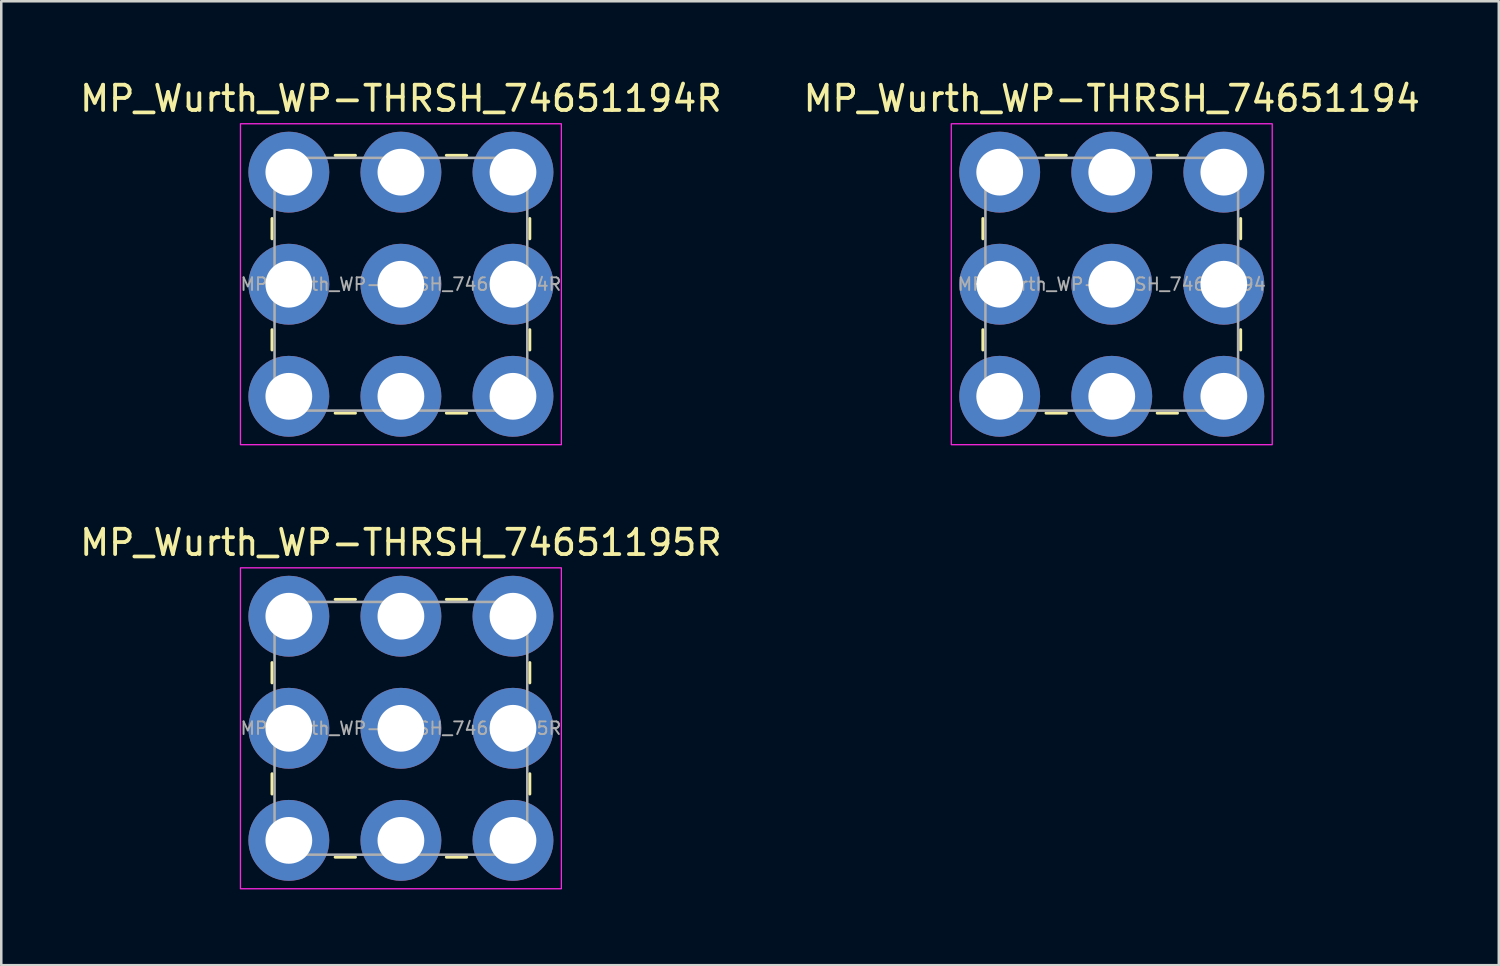
<source format=kicad_pcb>
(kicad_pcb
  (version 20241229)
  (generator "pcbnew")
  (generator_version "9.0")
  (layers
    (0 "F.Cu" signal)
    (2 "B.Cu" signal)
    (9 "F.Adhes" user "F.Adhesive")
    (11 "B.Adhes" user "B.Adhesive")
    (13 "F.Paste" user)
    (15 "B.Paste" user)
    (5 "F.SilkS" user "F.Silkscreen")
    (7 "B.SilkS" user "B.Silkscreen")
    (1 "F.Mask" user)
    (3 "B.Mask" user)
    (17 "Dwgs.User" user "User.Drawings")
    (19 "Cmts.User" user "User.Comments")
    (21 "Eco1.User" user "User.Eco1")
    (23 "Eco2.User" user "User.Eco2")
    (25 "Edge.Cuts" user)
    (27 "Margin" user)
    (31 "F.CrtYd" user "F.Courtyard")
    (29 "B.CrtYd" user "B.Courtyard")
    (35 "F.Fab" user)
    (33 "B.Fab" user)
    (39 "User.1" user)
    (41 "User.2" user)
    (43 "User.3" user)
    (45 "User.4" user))
  (footprint "MP_Wurth_WP-THRSH_74651194"
    (layer "F.Cu")
    (at 40.946 8.198)
    (property "Reference" "MP_Wurth_WP-THRSH_74651194" (at 0 -7.35 0) (unlocked yes) (layer "F.SilkS") (effects (font (size 1 1) (thickness 0.15))))
    (attr through_hole)
    (fp_line (start -5.1 -1.8) (end -5.1 -2.6) (stroke (width 0.12) (type solid)) (layer "F.SilkS"))
    (fp_line (start -5.1 2.6) (end -5.1 1.8) (stroke (width 0.12) (type solid)) (layer "F.SilkS"))
    (fp_line (start -2.6 -5.1) (end -1.8 -5.1) (stroke (width 0.12) (type solid)) (layer "F.SilkS"))
    (fp_line (start -1.8 5.1) (end -2.6 5.1) (stroke (width 0.12) (type solid)) (layer "F.SilkS"))
    (fp_line (start 1.8 -5.1) (end 2.6 -5.1) (stroke (width 0.12) (type solid)) (layer "F.SilkS"))
    (fp_line (start 2.6 5.1) (end 1.8 5.1) (stroke (width 0.12) (type solid)) (layer "F.SilkS"))
    (fp_line (start 5.1 -2.6) (end 5.1 -1.8) (stroke (width 0.12) (type solid)) (layer "F.SilkS"))
    (fp_line (start 5.1 1.8) (end 5.1 2.6) (stroke (width 0.12) (type solid)) (layer "F.SilkS"))
    (fp_circle (center -4.435 -4.435) (end -3.685 -4.435) (stroke (width 1.6) (type solid)) (fill no) (layer "F.Paste"))
    (fp_circle (center -4.435 0) (end -3.685 0) (stroke (width 1.6) (type solid)) (fill no) (layer "F.Paste"))
    (fp_circle (center -4.435 4.435) (end -3.685 4.435) (stroke (width 1.6) (type solid)) (fill no) (layer "F.Paste"))
    (fp_circle (center 0 -4.435) (end 0.75 -4.435) (stroke (width 1.6) (type solid)) (fill no) (layer "F.Paste"))
    (fp_circle (center 0 0) (end 0.75 0) (stroke (width 1.6) (type solid)) (fill no) (layer "F.Paste"))
    (fp_circle (center 0 4.435) (end 0.75 4.435) (stroke (width 1.6) (type solid)) (fill no) (layer "F.Paste"))
    (fp_circle (center 4.435 -4.435) (end 5.185 -4.435) (stroke (width 1.6) (type solid)) (fill no) (layer "F.Paste"))
    (fp_circle (center 4.435 0) (end 5.185 0) (stroke (width 1.6) (type solid)) (fill no) (layer "F.Paste"))
    (fp_circle (center 4.435 4.435) (end 5.185 4.435) (stroke (width 1.6) (type solid)) (fill no) (layer "F.Paste"))
    (fp_rect (start -6.35 -6.35) (end 6.35 6.35) (stroke (width 0.05) (type solid)) (fill no) (layer "F.CrtYd"))
    (fp_rect (start -5 -5) (end 5 5) (stroke (width 0.1) (type solid)) (fill no) (layer "F.Fab"))
    (fp_text user "${REFERENCE}" (at 0 0 0) (unlocked yes) (layer "F.Fab") (effects (font (size 0.5 0.5) (thickness 0.075))))
    (pad "1" thru_hole circle (at -4.435 -4.435) (size 3.2 3.2) (drill 1.85) (layers "*.Cu" "*.Mask"))
    (pad "1" thru_hole circle (at -4.435 0) (size 3.2 3.2) (drill 1.85) (layers "*.Cu" "*.Mask"))
    (pad "1" thru_hole circle (at -4.435 4.435) (size 3.2 3.2) (drill 1.85) (layers "*.Cu" "*.Mask"))
    (pad "1" thru_hole circle (at 0 -4.435) (size 3.2 3.2) (drill 1.85) (layers "*.Cu" "*.Mask"))
    (pad "1" thru_hole circle (at 0 0) (size 3.2 3.2) (drill 1.85) (layers "*.Cu" "*.Mask"))
    (pad "1" thru_hole circle (at 0 4.435) (size 3.2 3.2) (drill 1.85) (layers "*.Cu" "*.Mask"))
    (pad "1" thru_hole circle (at 4.435 -4.435) (size 3.2 3.2) (drill 1.85) (layers "*.Cu" "*.Mask"))
    (pad "1" thru_hole circle (at 4.435 0) (size 3.2 3.2) (drill 1.85) (layers "*.Cu" "*.Mask"))
    (pad "1" thru_hole circle (at 4.435 4.435) (size 3.2 3.2) (drill 1.85) (layers "*.Cu" "*.Mask")))
  (footprint "MP_Wurth_WP-THRSH_74651194R"
    (layer "F.Cu")
    (at 12.815 8.198)
    (property "Reference" "MP_Wurth_WP-THRSH_74651194R" (at 0 -7.35 0) (unlocked yes) (layer "F.SilkS") (effects (font (size 1 1) (thickness 0.15))))
    (attr through_hole)
    (fp_line (start -5.1 -1.8) (end -5.1 -2.6) (stroke (width 0.12) (type solid)) (layer "F.SilkS"))
    (fp_line (start -5.1 2.6) (end -5.1 1.8) (stroke (width 0.12) (type solid)) (layer "F.SilkS"))
    (fp_line (start -2.6 -5.1) (end -1.8 -5.1) (stroke (width 0.12) (type solid)) (layer "F.SilkS"))
    (fp_line (start -1.8 5.1) (end -2.6 5.1) (stroke (width 0.12) (type solid)) (layer "F.SilkS"))
    (fp_line (start 1.8 -5.1) (end 2.6 -5.1) (stroke (width 0.12) (type solid)) (layer "F.SilkS"))
    (fp_line (start 2.6 5.1) (end 1.8 5.1) (stroke (width 0.12) (type solid)) (layer "F.SilkS"))
    (fp_line (start 5.1 -2.6) (end 5.1 -1.8) (stroke (width 0.12) (type solid)) (layer "F.SilkS"))
    (fp_line (start 5.1 1.8) (end 5.1 2.6) (stroke (width 0.12) (type solid)) (layer "F.SilkS"))
    (fp_circle (center -4.435 -4.435) (end -3.685 -4.435) (stroke (width 1.6) (type solid)) (fill no) (layer "F.Paste"))
    (fp_circle (center -4.435 0) (end -3.685 0) (stroke (width 1.6) (type solid)) (fill no) (layer "F.Paste"))
    (fp_circle (center -4.435 4.435) (end -3.685 4.435) (stroke (width 1.6) (type solid)) (fill no) (layer "F.Paste"))
    (fp_circle (center 0 -4.435) (end 0.75 -4.435) (stroke (width 1.6) (type solid)) (fill no) (layer "F.Paste"))
    (fp_circle (center 0 0) (end 0.75 0) (stroke (width 1.6) (type solid)) (fill no) (layer "F.Paste"))
    (fp_circle (center 0 4.435) (end 0.75 4.435) (stroke (width 1.6) (type solid)) (fill no) (layer "F.Paste"))
    (fp_circle (center 4.435 -4.435) (end 5.185 -4.435) (stroke (width 1.6) (type solid)) (fill no) (layer "F.Paste"))
    (fp_circle (center 4.435 0) (end 5.185 0) (stroke (width 1.6) (type solid)) (fill no) (layer "F.Paste"))
    (fp_circle (center 4.435 4.435) (end 5.185 4.435) (stroke (width 1.6) (type solid)) (fill no) (layer "F.Paste"))
    (fp_rect (start -6.35 -6.35) (end 6.35 6.35) (stroke (width 0.05) (type solid)) (fill no) (layer "F.CrtYd"))
    (fp_rect (start -5 -5) (end 5 5) (stroke (width 0.1) (type solid)) (fill no) (layer "F.Fab"))
    (fp_text user "${REFERENCE}" (at 0 0 0) (unlocked yes) (layer "F.Fab") (effects (font (size 0.5 0.5) (thickness 0.075))))
    (pad "1" thru_hole circle (at -4.435 -4.435) (size 3.2 3.2) (drill 1.85) (layers "*.Cu" "*.Mask"))
    (pad "1" thru_hole circle (at -4.435 0) (size 3.2 3.2) (drill 1.85) (layers "*.Cu" "*.Mask"))
    (pad "1" thru_hole circle (at -4.435 4.435) (size 3.2 3.2) (drill 1.85) (layers "*.Cu" "*.Mask"))
    (pad "1" thru_hole circle (at 0 -4.435) (size 3.2 3.2) (drill 1.85) (layers "*.Cu" "*.Mask"))
    (pad "1" thru_hole circle (at 0 0) (size 3.2 3.2) (drill 1.85) (layers "*.Cu" "*.Mask"))
    (pad "1" thru_hole circle (at 0 4.435) (size 3.2 3.2) (drill 1.85) (layers "*.Cu" "*.Mask"))
    (pad "1" thru_hole circle (at 4.435 -4.435) (size 3.2 3.2) (drill 1.85) (layers "*.Cu" "*.Mask"))
    (pad "1" thru_hole circle (at 4.435 0) (size 3.2 3.2) (drill 1.85) (layers "*.Cu" "*.Mask"))
    (pad "1" thru_hole circle (at 4.435 4.435) (size 3.2 3.2) (drill 1.85) (layers "*.Cu" "*.Mask")))
  (footprint "MP_Wurth_WP-THRSH_74651195R"
    (layer "F.Cu")
    (at 12.815 25.771)
    (property "Reference" "MP_Wurth_WP-THRSH_74651195R" (at 0 -7.35 0) (unlocked yes) (layer "F.SilkS") (effects (font (size 1 1) (thickness 0.15))))
    (attr through_hole)
    (fp_line (start -5.1 -1.8) (end -5.1 -2.6) (stroke (width 0.12) (type solid)) (layer "F.SilkS"))
    (fp_line (start -5.1 2.6) (end -5.1 1.8) (stroke (width 0.12) (type solid)) (layer "F.SilkS"))
    (fp_line (start -2.6 -5.1) (end -1.8 -5.1) (stroke (width 0.12) (type solid)) (layer "F.SilkS"))
    (fp_line (start -1.8 5.1) (end -2.6 5.1) (stroke (width 0.12) (type solid)) (layer "F.SilkS"))
    (fp_line (start 1.8 -5.1) (end 2.6 -5.1) (stroke (width 0.12) (type solid)) (layer "F.SilkS"))
    (fp_line (start 2.6 5.1) (end 1.8 5.1) (stroke (width 0.12) (type solid)) (layer "F.SilkS"))
    (fp_line (start 5.1 -2.6) (end 5.1 -1.8) (stroke (width 0.12) (type solid)) (layer "F.SilkS"))
    (fp_line (start 5.1 1.8) (end 5.1 2.6) (stroke (width 0.12) (type solid)) (layer "F.SilkS"))
    (fp_circle (center -4.435 -4.435) (end -3.685 -4.435) (stroke (width 1.6) (type solid)) (fill no) (layer "F.Paste"))
    (fp_circle (center -4.435 0) (end -3.685 0) (stroke (width 1.6) (type solid)) (fill no) (layer "F.Paste"))
    (fp_circle (center -4.435 4.435) (end -3.685 4.435) (stroke (width 1.6) (type solid)) (fill no) (layer "F.Paste"))
    (fp_circle (center 0 -4.435) (end 0.75 -4.435) (stroke (width 1.6) (type solid)) (fill no) (layer "F.Paste"))
    (fp_circle (center 0 0) (end 0.75 0) (stroke (width 1.6) (type solid)) (fill no) (layer "F.Paste"))
    (fp_circle (center 0 4.435) (end 0.75 4.435) (stroke (width 1.6) (type solid)) (fill no) (layer "F.Paste"))
    (fp_circle (center 4.435 -4.435) (end 5.185 -4.435) (stroke (width 1.6) (type solid)) (fill no) (layer "F.Paste"))
    (fp_circle (center 4.435 0) (end 5.185 0) (stroke (width 1.6) (type solid)) (fill no) (layer "F.Paste"))
    (fp_circle (center 4.435 4.435) (end 5.185 4.435) (stroke (width 1.6) (type solid)) (fill no) (layer "F.Paste"))
    (fp_rect (start -6.35 -6.35) (end 6.35 6.35) (stroke (width 0.05) (type solid)) (fill no) (layer "F.CrtYd"))
    (fp_rect (start -5 -5) (end 5 5) (stroke (width 0.1) (type solid)) (fill no) (layer "F.Fab"))
    (fp_text user "${REFERENCE}" (at 0 0 0) (unlocked yes) (layer "F.Fab") (effects (font (size 0.5 0.5) (thickness 0.075))))
    (pad "1" thru_hole circle (at -4.435 -4.435) (size 3.2 3.2) (drill 1.85) (layers "*.Cu" "*.Mask"))
    (pad "1" thru_hole circle (at -4.435 0) (size 3.2 3.2) (drill 1.85) (layers "*.Cu" "*.Mask"))
    (pad "1" thru_hole circle (at -4.435 4.435) (size 3.2 3.2) (drill 1.85) (layers "*.Cu" "*.Mask"))
    (pad "1" thru_hole circle (at 0 -4.435) (size 3.2 3.2) (drill 1.85) (layers "*.Cu" "*.Mask"))
    (pad "1" thru_hole circle (at 0 0) (size 3.2 3.2) (drill 1.85) (layers "*.Cu" "*.Mask"))
    (pad "1" thru_hole circle (at 0 4.435) (size 3.2 3.2) (drill 1.85) (layers "*.Cu" "*.Mask"))
    (pad "1" thru_hole circle (at 4.435 -4.435) (size 3.2 3.2) (drill 1.85) (layers "*.Cu" "*.Mask"))
    (pad "1" thru_hole circle (at 4.435 0) (size 3.2 3.2) (drill 1.85) (layers "*.Cu" "*.Mask"))
    (pad "1" thru_hole circle (at 4.435 4.435) (size 3.2 3.2) (drill 1.85) (layers "*.Cu" "*.Mask")))
  (gr_rect
    (start -3 -3)
    (end 56.262 35.147)
    (stroke (width 0.1) (type default))
    (fill no)
    (layer "Edge.Cuts")))
</source>
